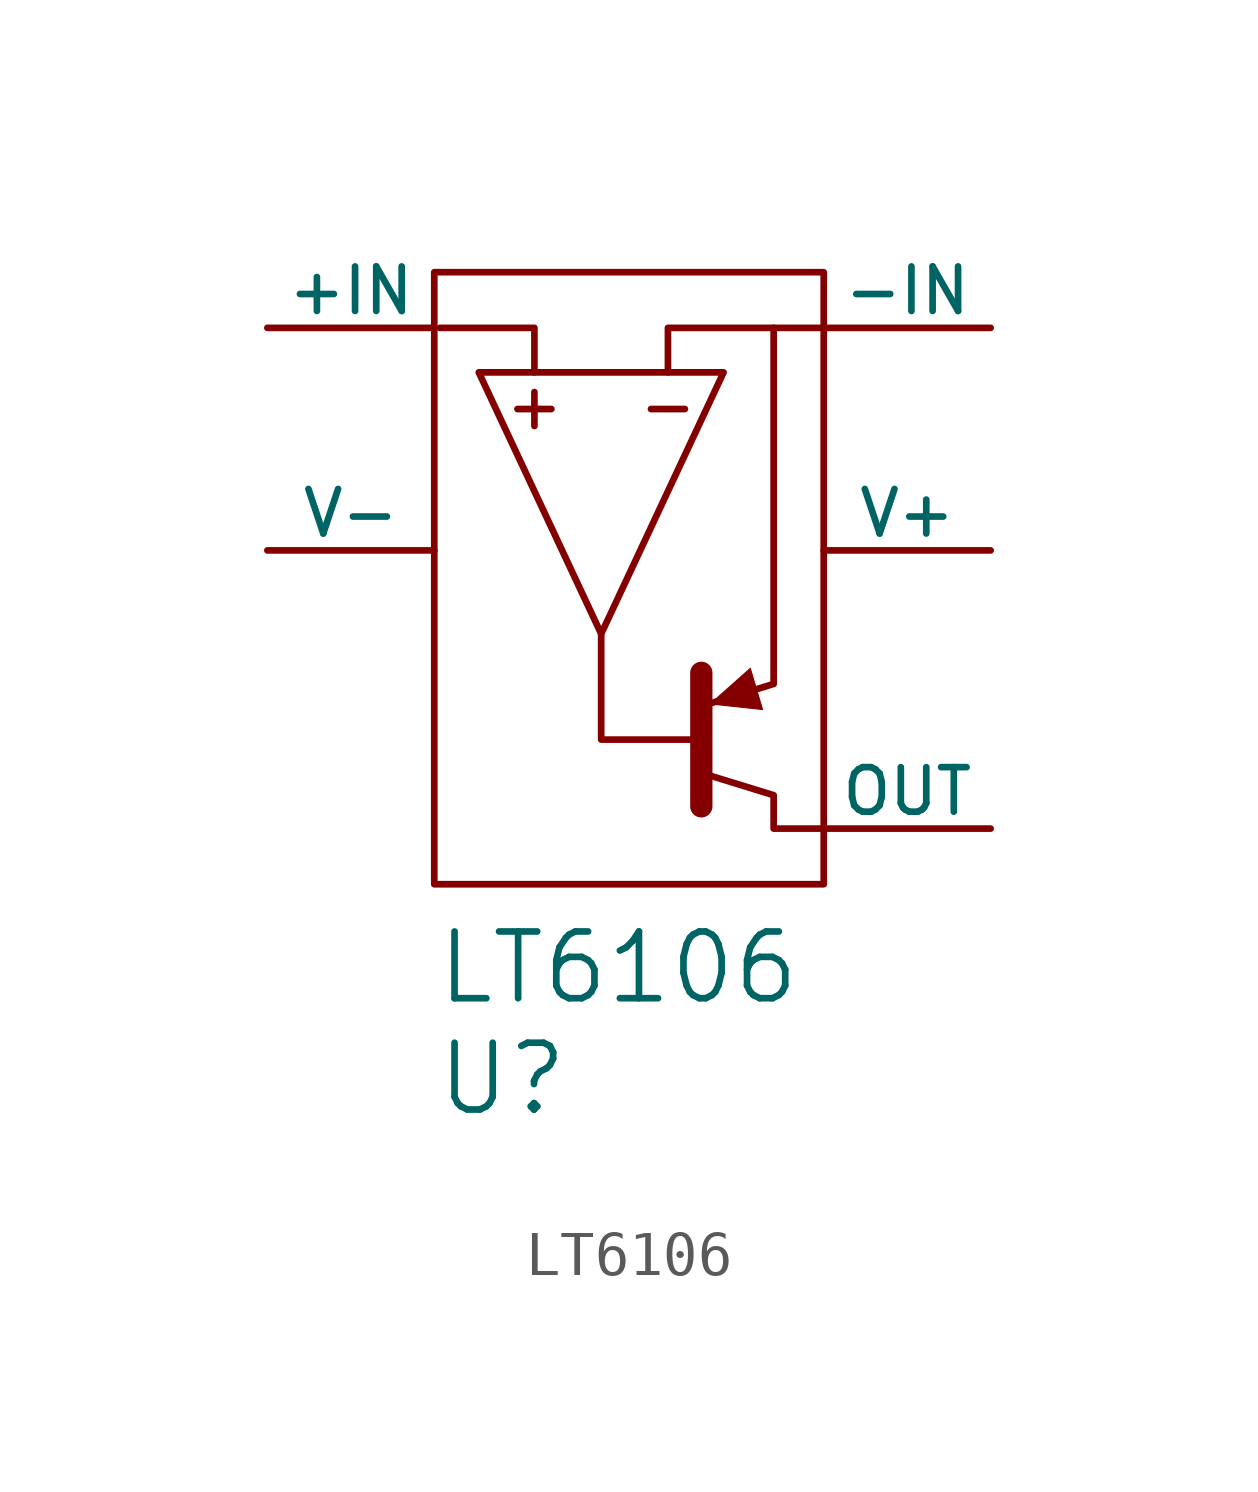
<source format=kicad_sym>
(kicad_symbol_lib
  (version 20211014)
  (generator kicad_symbol_editor)
  (symbol "LT6106"
    (pin_numbers hide)
    (pin_names
      (offset 0))
    (property "Reference" "U"
      (at 3.81 -17.145 0)
      (effects (font (size 1.524 1.524)) (justify left)))
    (property "Value" "LT6106"
      (at 3.81 -14.605 0)
      (effects (font (size 1.524 1.524)) (justify left)))
    (symbol "LT6106_0_0"
      (text "+" (at 6.096 -1.778 0) (effects (font (size 1.016 1.016))))
      (text "-" (at 9.144 -1.778 0) (effects (font (size 1.016 1.016)))))
    (symbol "LT6106_0_1"
      (polyline (pts (xy 9.906 -7.874) (xy 9.906 -10.922)) (stroke (width 0.508) (type default) (color 0 0 0 0)) (fill (type none)))
      (polyline (pts (xy 3.937 0) (xy 6.096 0) (xy 6.096 -1.016)) (stroke (width 0) (type default) (color 0 0 0 0)) (fill (type none)))
      (polyline (pts (xy 7.62 -6.985) (xy 7.62 -9.398) (xy 9.906 -9.398)) (stroke (width 0) (type default) (color 0 0 0 0)) (fill (type none)))
      (polyline (pts (xy 11.557 0) (xy 11.557 -8.128) (xy 9.906 -8.636)) (stroke (width 0) (type default) (color 0 0 0 0)) (fill (type none)))
      (polyline (pts (xy 12.7 0) (xy 9.144 0) (xy 9.144 -1.016)) (stroke (width 0) (type default) (color 0 0 0 0)) (fill (type none)))
      (polyline (pts (xy 4.826 -1.016) (xy 10.414 -1.016) (xy 7.62 -6.985) (xy 4.826 -1.016)) (stroke (width 0) (type default) (color 0 0 0 0)) (fill (type none)))
      (polyline (pts (xy 10.109 -8.585) (xy 11.024 -7.772) (xy 11.303 -8.712) (xy 10.109 -8.585)) (stroke (width 0.025) (type default) (color 0 0 0 0)) (fill (type outline)))
      (polyline (pts (xy 12.7 -11.43) (xy 11.557 -11.43) (xy 11.557 -10.668) (xy 9.906 -10.16)) (stroke (width 0) (type default) (color 0 0 0 0)) (fill (type none)))
      (polyline (pts (xy 3.81 1.27) (xy 12.7 1.27) (xy 12.7 -12.7) (xy 3.81 -12.7) (xy 3.81 1.27)) (stroke (width 0) (type default) (color 0 0 0 0)) (fill (type none))))
    (symbol "LT6106_1_1"
      (pin passive line (at 16.51 -11.43 180) (length 3.81) (name "OUT" (effects (font (size 1.016 1.016)))) (number "1" (effects (font (size 1.27 1.27)))))
      (pin passive line (at 16.51 0 180) (length 3.81) (name "-IN" (effects (font (size 1.016 1.016)))) (number "3" (effects (font (size 1.27 1.27)))))
      (pin passive line (at 0 0 0) (length 3.81) (name "+IN" (effects (font (size 1.016 1.016)))) (number "4" (effects (font (size 1.27 1.27)))))
      (pin power_in line (at 16.51 -5.08 180) (length 3.81) (name "V+" (effects (font (size 1.016 1.016)))) (number "V+" (effects (font (size 1.27 1.27)))))
      (pin power_in line (at 0 -5.08 0) (length 3.81) (name "V-" (effects (font (size 1.016 1.016)))) (number "V-" (effects (font (size 1.27 1.27))))))))
</source>
